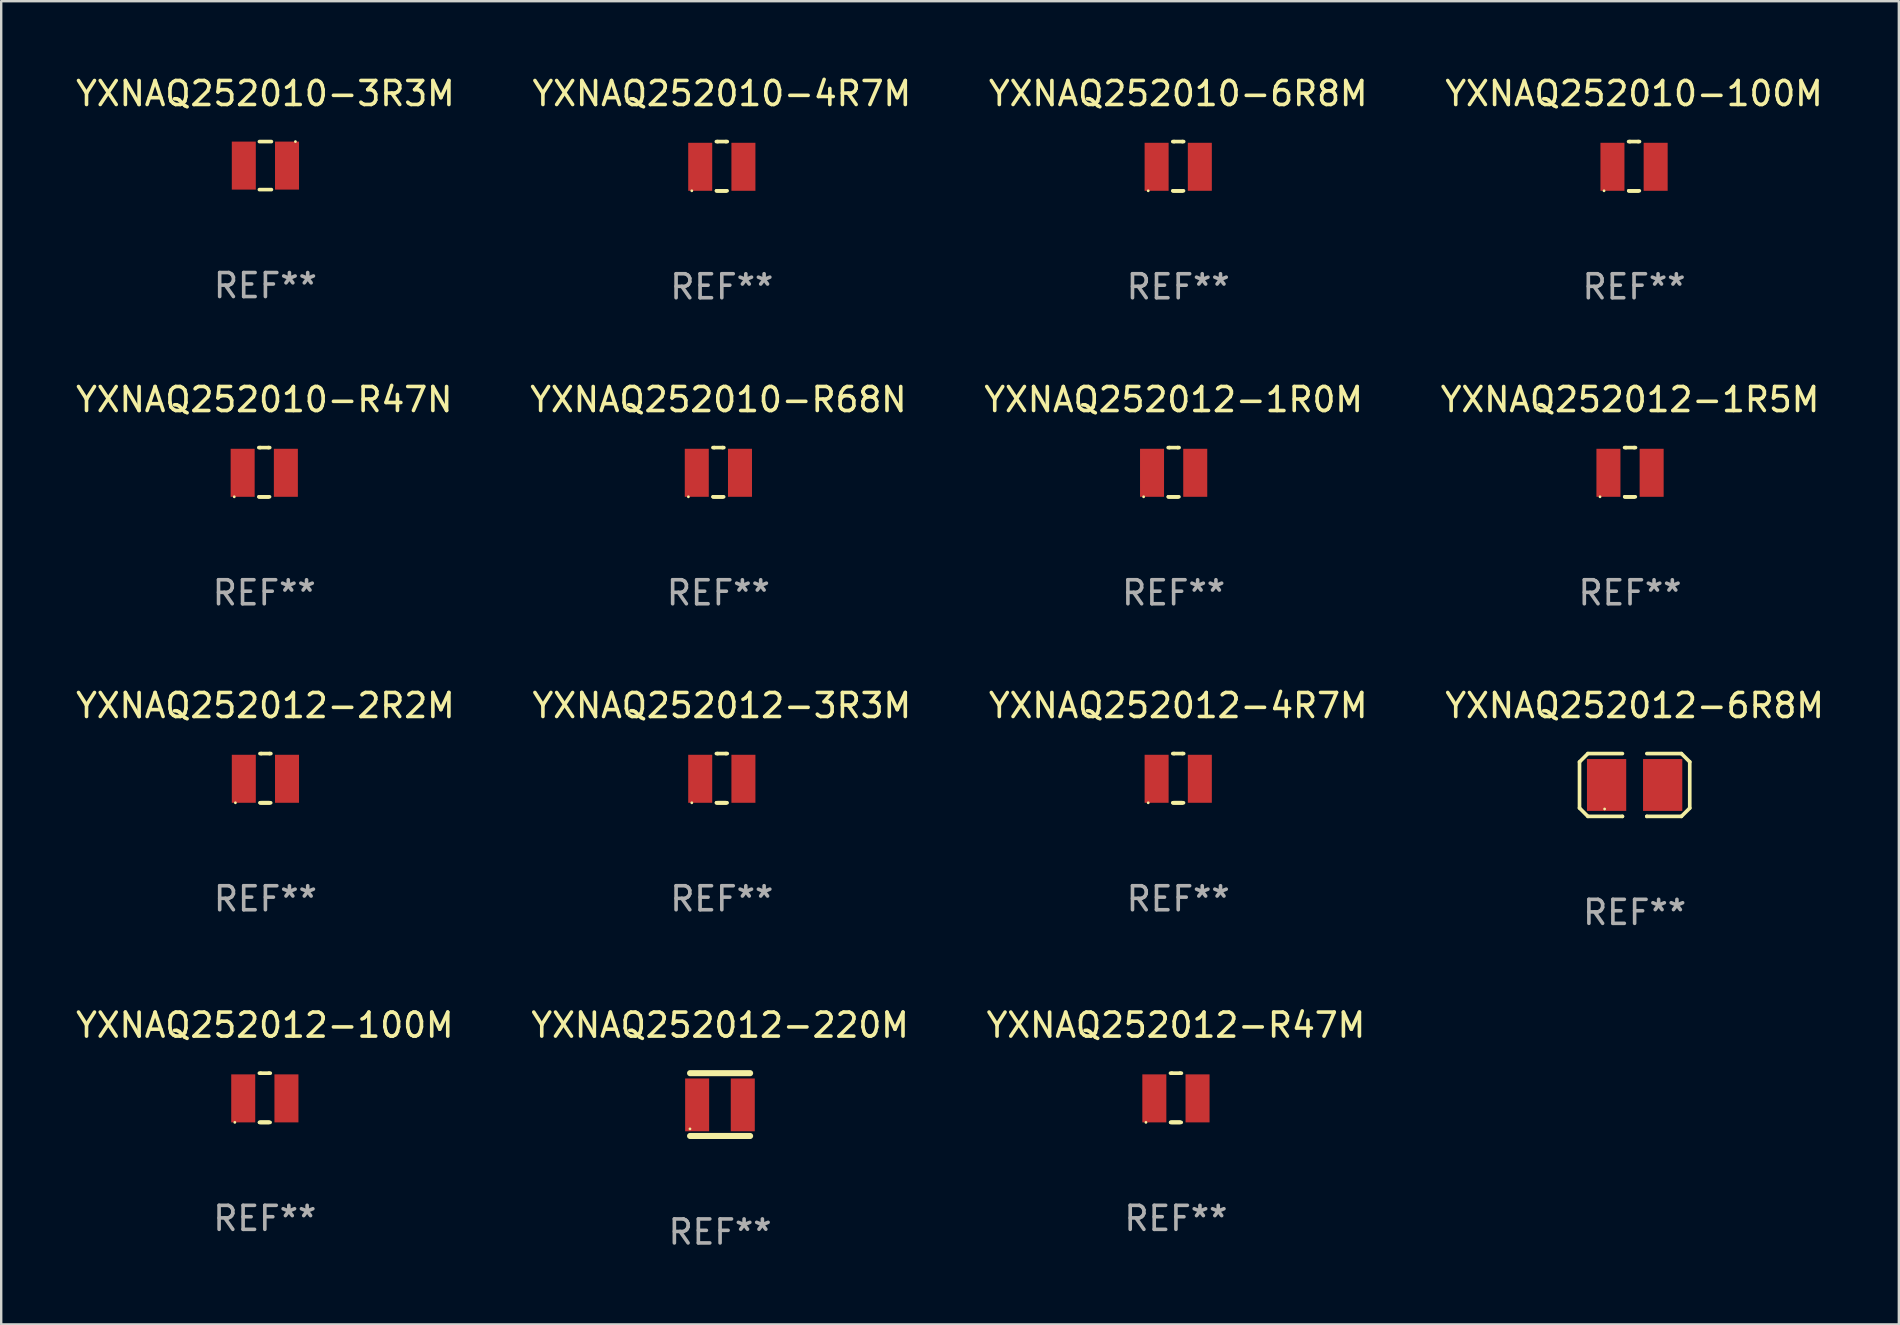
<source format=kicad_pcb>
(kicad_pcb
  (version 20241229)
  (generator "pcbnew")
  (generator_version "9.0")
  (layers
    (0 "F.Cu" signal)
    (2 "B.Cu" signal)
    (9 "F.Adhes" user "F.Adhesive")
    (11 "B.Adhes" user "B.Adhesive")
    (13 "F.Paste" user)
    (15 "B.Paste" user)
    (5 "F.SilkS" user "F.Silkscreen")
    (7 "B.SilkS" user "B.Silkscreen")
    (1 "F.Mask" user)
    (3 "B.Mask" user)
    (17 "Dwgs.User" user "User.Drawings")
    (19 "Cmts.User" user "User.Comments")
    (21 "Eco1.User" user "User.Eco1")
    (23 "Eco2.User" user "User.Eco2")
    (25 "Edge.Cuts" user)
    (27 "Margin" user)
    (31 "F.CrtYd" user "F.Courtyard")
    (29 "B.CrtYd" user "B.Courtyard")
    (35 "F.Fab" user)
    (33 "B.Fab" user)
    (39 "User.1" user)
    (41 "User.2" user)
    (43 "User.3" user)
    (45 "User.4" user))
  (footprint "YXNAQ252012-1R0M"
    (layer "F.Cu")
    (at 45.839 16.62)
    (property "Reference" "YXNAQ252012-1R0M" (at 0 -3.025 0) (layer "F.SilkS") (effects (font (size 1 1) (thickness 0.15))))
    (attr through_hole)
    (fp_line (start -0.22 1.025) (end 0.22 1.025) (stroke (width 0.152) (type solid)) (layer "F.SilkS"))
    (fp_line (start -0.174 -1.025) (end -0.227 -1.025) (stroke (width 0.152) (type solid)) (layer "F.SilkS"))
    (fp_line (start -0.174 -1.025) (end 0.174 -1.025) (stroke (width 0.152) (type solid)) (layer "F.SilkS"))
    (fp_line (start -0.169 1.025) (end 0.169 1.025) (stroke (width 0.152) (type solid)) (layer "F.SilkS"))
    (fp_line (start 0.169 1.025) (end -0.22 1.025) (stroke (width 0.152) (type solid)) (layer "F.SilkS"))
    (fp_line (start 0.174 -1.025) (end 0.227 -1.025) (stroke (width 0.152) (type solid)) (layer "F.SilkS"))
    (fp_circle (center -1.25 1.025) (end -1.22 1.025) (stroke (width 0.06) (type solid)) (fill no) (layer "F.SilkS"))
    (fp_text user "REF**" (at 0 5.025 0) (layer "F.Fab") (effects (font (size 1 1) (thickness 0.15))))
    (pad "1" smd rect (at -0.9 0.025 180) (size 1 2) (layers "F.Cu" "F.Mask" "F.Paste"))
    (pad "2" smd rect (at 0.9 0.025 180) (size 1 2) (layers "F.Cu" "F.Mask" "F.Paste")))
  (footprint "YXNAQ252012-3R3M"
    (layer "F.Cu")
    (at 27.018 29.366)
    (property "Reference" "YXNAQ252012-3R3M" (at 0 -3.025 0) (layer "F.SilkS") (effects (font (size 1 1) (thickness 0.15))))
    (attr through_hole)
    (fp_line (start -0.22 1.025) (end 0.22 1.025) (stroke (width 0.152) (type solid)) (layer "F.SilkS"))
    (fp_line (start -0.174 -1.025) (end -0.227 -1.025) (stroke (width 0.152) (type solid)) (layer "F.SilkS"))
    (fp_line (start -0.174 -1.025) (end 0.174 -1.025) (stroke (width 0.152) (type solid)) (layer "F.SilkS"))
    (fp_line (start -0.169 1.025) (end 0.169 1.025) (stroke (width 0.152) (type solid)) (layer "F.SilkS"))
    (fp_line (start 0.169 1.025) (end -0.22 1.025) (stroke (width 0.152) (type solid)) (layer "F.SilkS"))
    (fp_line (start 0.174 -1.025) (end 0.227 -1.025) (stroke (width 0.152) (type solid)) (layer "F.SilkS"))
    (fp_circle (center -1.25 1.025) (end -1.22 1.025) (stroke (width 0.06) (type solid)) (fill no) (layer "F.SilkS"))
    (fp_text user "REF**" (at 0 5.025 0) (layer "F.Fab") (effects (font (size 1 1) (thickness 0.15))))
    (pad "1" smd rect (at -0.9 0.025 180) (size 1 2) (layers "F.Cu" "F.Mask" "F.Paste"))
    (pad "2" smd rect (at 0.9 0.025 180) (size 1 2) (layers "F.Cu" "F.Mask" "F.Paste")))
  (footprint "YXNAQ252012-1R5M"
    (layer "F.Cu")
    (at 64.851 16.62)
    (property "Reference" "YXNAQ252012-1R5M" (at 0 -3.025 0) (layer "F.SilkS") (effects (font (size 1 1) (thickness 0.15))))
    (attr through_hole)
    (fp_line (start -0.22 1.025) (end 0.22 1.025) (stroke (width 0.152) (type solid)) (layer "F.SilkS"))
    (fp_line (start -0.174 -1.025) (end -0.227 -1.025) (stroke (width 0.152) (type solid)) (layer "F.SilkS"))
    (fp_line (start -0.174 -1.025) (end 0.174 -1.025) (stroke (width 0.152) (type solid)) (layer "F.SilkS"))
    (fp_line (start -0.169 1.025) (end 0.169 1.025) (stroke (width 0.152) (type solid)) (layer "F.SilkS"))
    (fp_line (start 0.169 1.025) (end -0.22 1.025) (stroke (width 0.152) (type solid)) (layer "F.SilkS"))
    (fp_line (start 0.174 -1.025) (end 0.227 -1.025) (stroke (width 0.152) (type solid)) (layer "F.SilkS"))
    (fp_circle (center -1.25 1.025) (end -1.22 1.025) (stroke (width 0.06) (type solid)) (fill no) (layer "F.SilkS"))
    (fp_text user "REF**" (at 0 5.025 0) (layer "F.Fab") (effects (font (size 1 1) (thickness 0.15))))
    (pad "1" smd rect (at -0.9 0.025 180) (size 1 2) (layers "F.Cu" "F.Mask" "F.Paste"))
    (pad "2" smd rect (at 0.9 0.025 180) (size 1 2) (layers "F.Cu" "F.Mask" "F.Paste")))
  (footprint "YXNAQ252012-2R2M"
    (layer "F.Cu")
    (at 8.006 29.366)
    (property "Reference" "YXNAQ252012-2R2M" (at 0 -3.025 0) (layer "F.SilkS") (effects (font (size 1 1) (thickness 0.15))))
    (attr through_hole)
    (fp_line (start -0.22 1.025) (end 0.22 1.025) (stroke (width 0.152) (type solid)) (layer "F.SilkS"))
    (fp_line (start -0.174 -1.025) (end -0.227 -1.025) (stroke (width 0.152) (type solid)) (layer "F.SilkS"))
    (fp_line (start -0.174 -1.025) (end 0.174 -1.025) (stroke (width 0.152) (type solid)) (layer "F.SilkS"))
    (fp_line (start -0.169 1.025) (end 0.169 1.025) (stroke (width 0.152) (type solid)) (layer "F.SilkS"))
    (fp_line (start 0.169 1.025) (end -0.22 1.025) (stroke (width 0.152) (type solid)) (layer "F.SilkS"))
    (fp_line (start 0.174 -1.025) (end 0.227 -1.025) (stroke (width 0.152) (type solid)) (layer "F.SilkS"))
    (fp_circle (center -1.25 1.025) (end -1.22 1.025) (stroke (width 0.06) (type solid)) (fill no) (layer "F.SilkS"))
    (fp_text user "REF**" (at 0 5.025 0) (layer "F.Fab") (effects (font (size 1 1) (thickness 0.15))))
    (pad "1" smd rect (at -0.9 0.025 180) (size 1 2) (layers "F.Cu" "F.Mask" "F.Paste"))
    (pad "2" smd rect (at 0.9 0.025 180) (size 1 2) (layers "F.Cu" "F.Mask" "F.Paste")))
  (footprint "YXNAQ252012-6R8M"
    (layer "F.Cu")
    (at 65.042 29.649)
    (property "Reference" "YXNAQ252012-6R8M" (at 0 -3.308 0) (layer "F.SilkS") (effects (font (size 1 1) (thickness 0.15))))
    (attr through_hole)
    (fp_line (start -2.296 -0.96) (end -1.948 -1.308) (stroke (width 0.152) (type solid)) (layer "F.SilkS"))
    (fp_line (start -2.296 0.96) (end -2.296 -0.96) (stroke (width 0.152) (type solid)) (layer "F.SilkS"))
    (fp_line (start -1.948 -1.308) (end -0.508 -1.308) (stroke (width 0.152) (type solid)) (layer "F.SilkS"))
    (fp_line (start -1.948 1.308) (end -2.296 0.96) (stroke (width 0.152) (type solid)) (layer "F.SilkS"))
    (fp_line (start -0.508 1.308) (end -1.948 1.308) (stroke (width 0.152) (type solid)) (layer "F.SilkS"))
    (fp_line (start -0.508 1.308) (end -0.508 1.308) (stroke (width 0.152) (type solid)) (layer "F.SilkS"))
    (fp_line (start 0.508 1.308) (end 0.508 1.308) (stroke (width 0.152) (type solid)) (layer "F.SilkS"))
    (fp_line (start 0.508 1.308) (end 1.948 1.308) (stroke (width 0.152) (type solid)) (layer "F.SilkS"))
    (fp_line (start 1.948 -1.308) (end 0.508 -1.308) (stroke (width 0.152) (type solid)) (layer "F.SilkS"))
    (fp_line (start 1.948 1.308) (end 2.296 0.963) (stroke (width 0.152) (type solid)) (layer "F.SilkS"))
    (fp_line (start 2.296 -0.963) (end 1.948 -1.308) (stroke (width 0.152) (type solid)) (layer "F.SilkS"))
    (fp_line (start 2.296 0.963) (end 2.296 -0.963) (stroke (width 0.152) (type solid)) (layer "F.SilkS"))
    (fp_circle (center -1.25 1) (end -1.22 1) (stroke (width 0.06) (type solid)) (fill no) (layer "F.SilkS"))
    (fp_text user "REF**" (at 0 5.308 0) (layer "F.Fab") (effects (font (size 1 1) (thickness 0.15))))
    (pad "1" smd rect (at -1.168 0.000025) (size 1.635 2.16) (layers "F.Cu" "F.Mask" "F.Paste"))
    (pad "2" smd rect (at 1.168 0.000025) (size 1.635 2.16) (layers "F.Cu" "F.Mask" "F.Paste")))
  (footprint "YXNAQ252010-R68N"
    (layer "F.Cu")
    (at 26.875 16.62)
    (property "Reference" "YXNAQ252010-R68N" (at 0 -3.025 0) (layer "F.SilkS") (effects (font (size 1 1) (thickness 0.15))))
    (attr through_hole)
    (fp_line (start -0.22 1.025) (end 0.22 1.025) (stroke (width 0.152) (type solid)) (layer "F.SilkS"))
    (fp_line (start -0.174 -1.025) (end -0.227 -1.025) (stroke (width 0.152) (type solid)) (layer "F.SilkS"))
    (fp_line (start -0.174 -1.025) (end 0.174 -1.025) (stroke (width 0.152) (type solid)) (layer "F.SilkS"))
    (fp_line (start -0.169 1.025) (end 0.169 1.025) (stroke (width 0.152) (type solid)) (layer "F.SilkS"))
    (fp_line (start 0.169 1.025) (end -0.22 1.025) (stroke (width 0.152) (type solid)) (layer "F.SilkS"))
    (fp_line (start 0.174 -1.025) (end 0.227 -1.025) (stroke (width 0.152) (type solid)) (layer "F.SilkS"))
    (fp_circle (center -1.25 1.025) (end -1.22 1.025) (stroke (width 0.06) (type solid)) (fill no) (layer "F.SilkS"))
    (fp_text user "REF**" (at 0 5.025 0) (layer "F.Fab") (effects (font (size 1 1) (thickness 0.15))))
    (pad "1" smd rect (at -0.9 0.025 180) (size 1 2) (layers "F.Cu" "F.Mask" "F.Paste"))
    (pad "2" smd rect (at 0.9 0.025 180) (size 1 2) (layers "F.Cu" "F.Mask" "F.Paste")))
  (footprint "YXNAQ252010-100M"
    (layer "F.Cu")
    (at 65.018 3.873)
    (property "Reference" "YXNAQ252010-100M" (at 0 -3.025 0) (layer "F.SilkS") (effects (font (size 1 1) (thickness 0.15))))
    (attr through_hole)
    (fp_line (start -0.22 1.025) (end 0.22 1.025) (stroke (width 0.152) (type solid)) (layer "F.SilkS"))
    (fp_line (start -0.174 -1.025) (end -0.227 -1.025) (stroke (width 0.152) (type solid)) (layer "F.SilkS"))
    (fp_line (start -0.174 -1.025) (end 0.174 -1.025) (stroke (width 0.152) (type solid)) (layer "F.SilkS"))
    (fp_line (start -0.169 1.025) (end 0.169 1.025) (stroke (width 0.152) (type solid)) (layer "F.SilkS"))
    (fp_line (start 0.169 1.025) (end -0.22 1.025) (stroke (width 0.152) (type solid)) (layer "F.SilkS"))
    (fp_line (start 0.174 -1.025) (end 0.227 -1.025) (stroke (width 0.152) (type solid)) (layer "F.SilkS"))
    (fp_circle (center -1.25 1.025) (end -1.22 1.025) (stroke (width 0.06) (type solid)) (fill no) (layer "F.SilkS"))
    (fp_text user "REF**" (at 0 5.025 0) (layer "F.Fab") (effects (font (size 1 1) (thickness 0.15))))
    (pad "1" smd rect (at -0.9 0.025 180) (size 1 2) (layers "F.Cu" "F.Mask" "F.Paste"))
    (pad "2" smd rect (at 0.9 0.025 180) (size 1 2) (layers "F.Cu" "F.Mask" "F.Paste")))
  (footprint "YXNAQ252010-R47N"
    (layer "F.Cu")
    (at 7.958 16.62)
    (property "Reference" "YXNAQ252010-R47N" (at 0 -3.025 0) (layer "F.SilkS") (effects (font (size 1 1) (thickness 0.15))))
    (attr through_hole)
    (fp_line (start -0.22 1.025) (end 0.22 1.025) (stroke (width 0.152) (type solid)) (layer "F.SilkS"))
    (fp_line (start -0.174 -1.025) (end -0.227 -1.025) (stroke (width 0.152) (type solid)) (layer "F.SilkS"))
    (fp_line (start -0.174 -1.025) (end 0.174 -1.025) (stroke (width 0.152) (type solid)) (layer "F.SilkS"))
    (fp_line (start -0.169 1.025) (end 0.169 1.025) (stroke (width 0.152) (type solid)) (layer "F.SilkS"))
    (fp_line (start 0.169 1.025) (end -0.22 1.025) (stroke (width 0.152) (type solid)) (layer "F.SilkS"))
    (fp_line (start 0.174 -1.025) (end 0.227 -1.025) (stroke (width 0.152) (type solid)) (layer "F.SilkS"))
    (fp_circle (center -1.25 1.025) (end -1.22 1.025) (stroke (width 0.06) (type solid)) (fill no) (layer "F.SilkS"))
    (fp_text user "REF**" (at 0 5.025 0) (layer "F.Fab") (effects (font (size 1 1) (thickness 0.15))))
    (pad "1" smd rect (at -0.9 0.025 180) (size 1 2) (layers "F.Cu" "F.Mask" "F.Paste"))
    (pad "2" smd rect (at 0.9 0.025 180) (size 1 2) (layers "F.Cu" "F.Mask" "F.Paste")))
  (footprint "YXNAQ252012-4R7M"
    (layer "F.Cu")
    (at 46.03 29.366)
    (property "Reference" "YXNAQ252012-4R7M" (at 0 -3.025 0) (layer "F.SilkS") (effects (font (size 1 1) (thickness 0.15))))
    (attr through_hole)
    (fp_line (start -0.22 1.025) (end 0.22 1.025) (stroke (width 0.152) (type solid)) (layer "F.SilkS"))
    (fp_line (start -0.174 -1.025) (end -0.227 -1.025) (stroke (width 0.152) (type solid)) (layer "F.SilkS"))
    (fp_line (start -0.174 -1.025) (end 0.174 -1.025) (stroke (width 0.152) (type solid)) (layer "F.SilkS"))
    (fp_line (start -0.169 1.025) (end 0.169 1.025) (stroke (width 0.152) (type solid)) (layer "F.SilkS"))
    (fp_line (start 0.169 1.025) (end -0.22 1.025) (stroke (width 0.152) (type solid)) (layer "F.SilkS"))
    (fp_line (start 0.174 -1.025) (end 0.227 -1.025) (stroke (width 0.152) (type solid)) (layer "F.SilkS"))
    (fp_circle (center -1.25 1.025) (end -1.22 1.025) (stroke (width 0.06) (type solid)) (fill no) (layer "F.SilkS"))
    (fp_text user "REF**" (at 0 5.025 0) (layer "F.Fab") (effects (font (size 1 1) (thickness 0.15))))
    (pad "1" smd rect (at -0.9 0.025 180) (size 1 2) (layers "F.Cu" "F.Mask" "F.Paste"))
    (pad "2" smd rect (at 0.9 0.025 180) (size 1 2) (layers "F.Cu" "F.Mask" "F.Paste")))
  (footprint "YXNAQ252012-100M"
    (layer "F.Cu")
    (at 7.982 42.679)
    (property "Reference" "YXNAQ252012-100M" (at 0 -3.025 0) (layer "F.SilkS") (effects (font (size 1 1) (thickness 0.15))))
    (attr through_hole)
    (fp_line (start -0.22 1.025) (end 0.22 1.025) (stroke (width 0.152) (type solid)) (layer "F.SilkS"))
    (fp_line (start -0.174 -1.025) (end -0.227 -1.025) (stroke (width 0.152) (type solid)) (layer "F.SilkS"))
    (fp_line (start -0.174 -1.025) (end 0.174 -1.025) (stroke (width 0.152) (type solid)) (layer "F.SilkS"))
    (fp_line (start -0.169 1.025) (end 0.169 1.025) (stroke (width 0.152) (type solid)) (layer "F.SilkS"))
    (fp_line (start 0.169 1.025) (end -0.22 1.025) (stroke (width 0.152) (type solid)) (layer "F.SilkS"))
    (fp_line (start 0.174 -1.025) (end 0.227 -1.025) (stroke (width 0.152) (type solid)) (layer "F.SilkS"))
    (fp_circle (center -1.25 1.025) (end -1.22 1.025) (stroke (width 0.06) (type solid)) (fill no) (layer "F.SilkS"))
    (fp_text user "REF**" (at 0 5.025 0) (layer "F.Fab") (effects (font (size 1 1) (thickness 0.15))))
    (pad "1" smd rect (at -0.9 0.025 180) (size 1 2) (layers "F.Cu" "F.Mask" "F.Paste"))
    (pad "2" smd rect (at 0.9 0.025 180) (size 1 2) (layers "F.Cu" "F.Mask" "F.Paste")))
  (footprint "YXNAQ252010-3R3M"
    (layer "F.Cu")
    (at 8.006 3.848)
    (property "Reference" "YXNAQ252010-3R3M" (at 0 -3 0) (layer "F.SilkS") (effects (font (size 1 1) (thickness 0.15))))
    (attr through_hole)
    (fp_line (start -0.25 -1) (end 0.25 -1) (stroke (width 0.152) (type solid)) (layer "F.SilkS"))
    (fp_line (start -0.25 1) (end 0.25 1) (stroke (width 0.152) (type solid)) (layer "F.SilkS"))
    (fp_circle (center 1.25 -1) (end 1.28 -1) (stroke (width 0.06) (type solid)) (fill no) (layer "F.SilkS"))
    (fp_text user "REF**" (at 0 5 0) (layer "F.Fab") (effects (font (size 1 1) (thickness 0.15))))
    (pad "1" smd rect (at 0.9 0.000076) (size 1 2) (layers "F.Cu" "F.Mask" "F.Paste"))
    (pad "2" smd rect (at -0.9 0.000076) (size 1 2) (layers "F.Cu" "F.Mask" "F.Paste")))
  (footprint "YXNAQ252010-4R7M"
    (layer "F.Cu")
    (at 27.018 3.873)
    (property "Reference" "YXNAQ252010-4R7M" (at 0 -3.025 0) (layer "F.SilkS") (effects (font (size 1 1) (thickness 0.15))))
    (attr through_hole)
    (fp_line (start -0.22 1.025) (end 0.22 1.025) (stroke (width 0.152) (type solid)) (layer "F.SilkS"))
    (fp_line (start -0.174 -1.025) (end -0.227 -1.025) (stroke (width 0.152) (type solid)) (layer "F.SilkS"))
    (fp_line (start -0.174 -1.025) (end 0.174 -1.025) (stroke (width 0.152) (type solid)) (layer "F.SilkS"))
    (fp_line (start -0.169 1.025) (end 0.169 1.025) (stroke (width 0.152) (type solid)) (layer "F.SilkS"))
    (fp_line (start 0.169 1.025) (end -0.22 1.025) (stroke (width 0.152) (type solid)) (layer "F.SilkS"))
    (fp_line (start 0.174 -1.025) (end 0.227 -1.025) (stroke (width 0.152) (type solid)) (layer "F.SilkS"))
    (fp_circle (center -1.25 1.025) (end -1.22 1.025) (stroke (width 0.06) (type solid)) (fill no) (layer "F.SilkS"))
    (fp_text user "REF**" (at 0 5.025 0) (layer "F.Fab") (effects (font (size 1 1) (thickness 0.15))))
    (pad "1" smd rect (at -0.9 0.025 180) (size 1 2) (layers "F.Cu" "F.Mask" "F.Paste"))
    (pad "2" smd rect (at 0.9 0.025 180) (size 1 2) (layers "F.Cu" "F.Mask" "F.Paste")))
  (footprint "YXNAQ252012-R47M"
    (layer "F.Cu")
    (at 45.935 42.679)
    (property "Reference" "YXNAQ252012-R47M" (at 0 -3.025 0) (layer "F.SilkS") (effects (font (size 1 1) (thickness 0.15))))
    (attr through_hole)
    (fp_line (start -0.22 1.025) (end 0.22 1.025) (stroke (width 0.152) (type solid)) (layer "F.SilkS"))
    (fp_line (start -0.174 -1.025) (end -0.227 -1.025) (stroke (width 0.152) (type solid)) (layer "F.SilkS"))
    (fp_line (start -0.174 -1.025) (end 0.174 -1.025) (stroke (width 0.152) (type solid)) (layer "F.SilkS"))
    (fp_line (start -0.169 1.025) (end 0.169 1.025) (stroke (width 0.152) (type solid)) (layer "F.SilkS"))
    (fp_line (start 0.169 1.025) (end -0.22 1.025) (stroke (width 0.152) (type solid)) (layer "F.SilkS"))
    (fp_line (start 0.174 -1.025) (end 0.227 -1.025) (stroke (width 0.152) (type solid)) (layer "F.SilkS"))
    (fp_circle (center -1.25 1.025) (end -1.22 1.025) (stroke (width 0.06) (type solid)) (fill no) (layer "F.SilkS"))
    (fp_text user "REF**" (at 0 5.025 0) (layer "F.Fab") (effects (font (size 1 1) (thickness 0.15))))
    (pad "1" smd rect (at -0.9 0.025 180) (size 1 2) (layers "F.Cu" "F.Mask" "F.Paste"))
    (pad "2" smd rect (at 0.9 0.025 180) (size 1 2) (layers "F.Cu" "F.Mask" "F.Paste")))
  (footprint "YXNAQ252012-220M"
    (layer "F.Cu")
    (at 26.946 42.962)
    (property "Reference" "YXNAQ252012-220M" (at 0 -3.308 0) (layer "F.SilkS") (effects (font (size 1 1) (thickness 0.15))))
    (attr through_hole)
    (fp_line (start -1.25 -1.308) (end 1.25 -1.308) (stroke (width 0.254) (type solid)) (layer "F.SilkS"))
    (fp_line (start -1.25 1.308) (end 1.25 1.308) (stroke (width 0.254) (type solid)) (layer "F.SilkS"))
    (fp_circle (center -1.255 1.013) (end -1.225 1.013) (stroke (width 0.06) (type solid)) (fill no) (layer "F.SilkS"))
    (fp_text user "REF**" (at 0 5.308 0) (layer "F.Fab") (effects (font (size 1 1) (thickness 0.15))))
    (pad "1" smd rect (at -0.956 0.013) (size 1 2.2) (layers "F.Cu" "F.Mask" "F.Paste"))
    (pad "2" smd rect (at 0.945 0.013) (size 1 2.2) (layers "F.Cu" "F.Mask" "F.Paste")))
  (footprint "YXNAQ252010-6R8M"
    (layer "F.Cu")
    (at 46.03 3.873)
    (property "Reference" "YXNAQ252010-6R8M" (at 0 -3.025 0) (layer "F.SilkS") (effects (font (size 1 1) (thickness 0.15))))
    (attr through_hole)
    (fp_line (start -0.22 1.025) (end 0.22 1.025) (stroke (width 0.152) (type solid)) (layer "F.SilkS"))
    (fp_line (start -0.174 -1.025) (end -0.227 -1.025) (stroke (width 0.152) (type solid)) (layer "F.SilkS"))
    (fp_line (start -0.174 -1.025) (end 0.174 -1.025) (stroke (width 0.152) (type solid)) (layer "F.SilkS"))
    (fp_line (start -0.169 1.025) (end 0.169 1.025) (stroke (width 0.152) (type solid)) (layer "F.SilkS"))
    (fp_line (start 0.169 1.025) (end -0.22 1.025) (stroke (width 0.152) (type solid)) (layer "F.SilkS"))
    (fp_line (start 0.174 -1.025) (end 0.227 -1.025) (stroke (width 0.152) (type solid)) (layer "F.SilkS"))
    (fp_circle (center -1.25 1.025) (end -1.22 1.025) (stroke (width 0.06) (type solid)) (fill no) (layer "F.SilkS"))
    (fp_text user "REF**" (at 0 5.025 0) (layer "F.Fab") (effects (font (size 1 1) (thickness 0.15))))
    (pad "1" smd rect (at -0.9 0.025 180) (size 1 2) (layers "F.Cu" "F.Mask" "F.Paste"))
    (pad "2" smd rect (at 0.9 0.025 180) (size 1 2) (layers "F.Cu" "F.Mask" "F.Paste")))
  (gr_rect
    (start -3 -3)
    (end 76.048 52.118)
    (stroke (width 0.1) (type default))
    (fill no)
    (layer "Edge.Cuts")))
</source>
